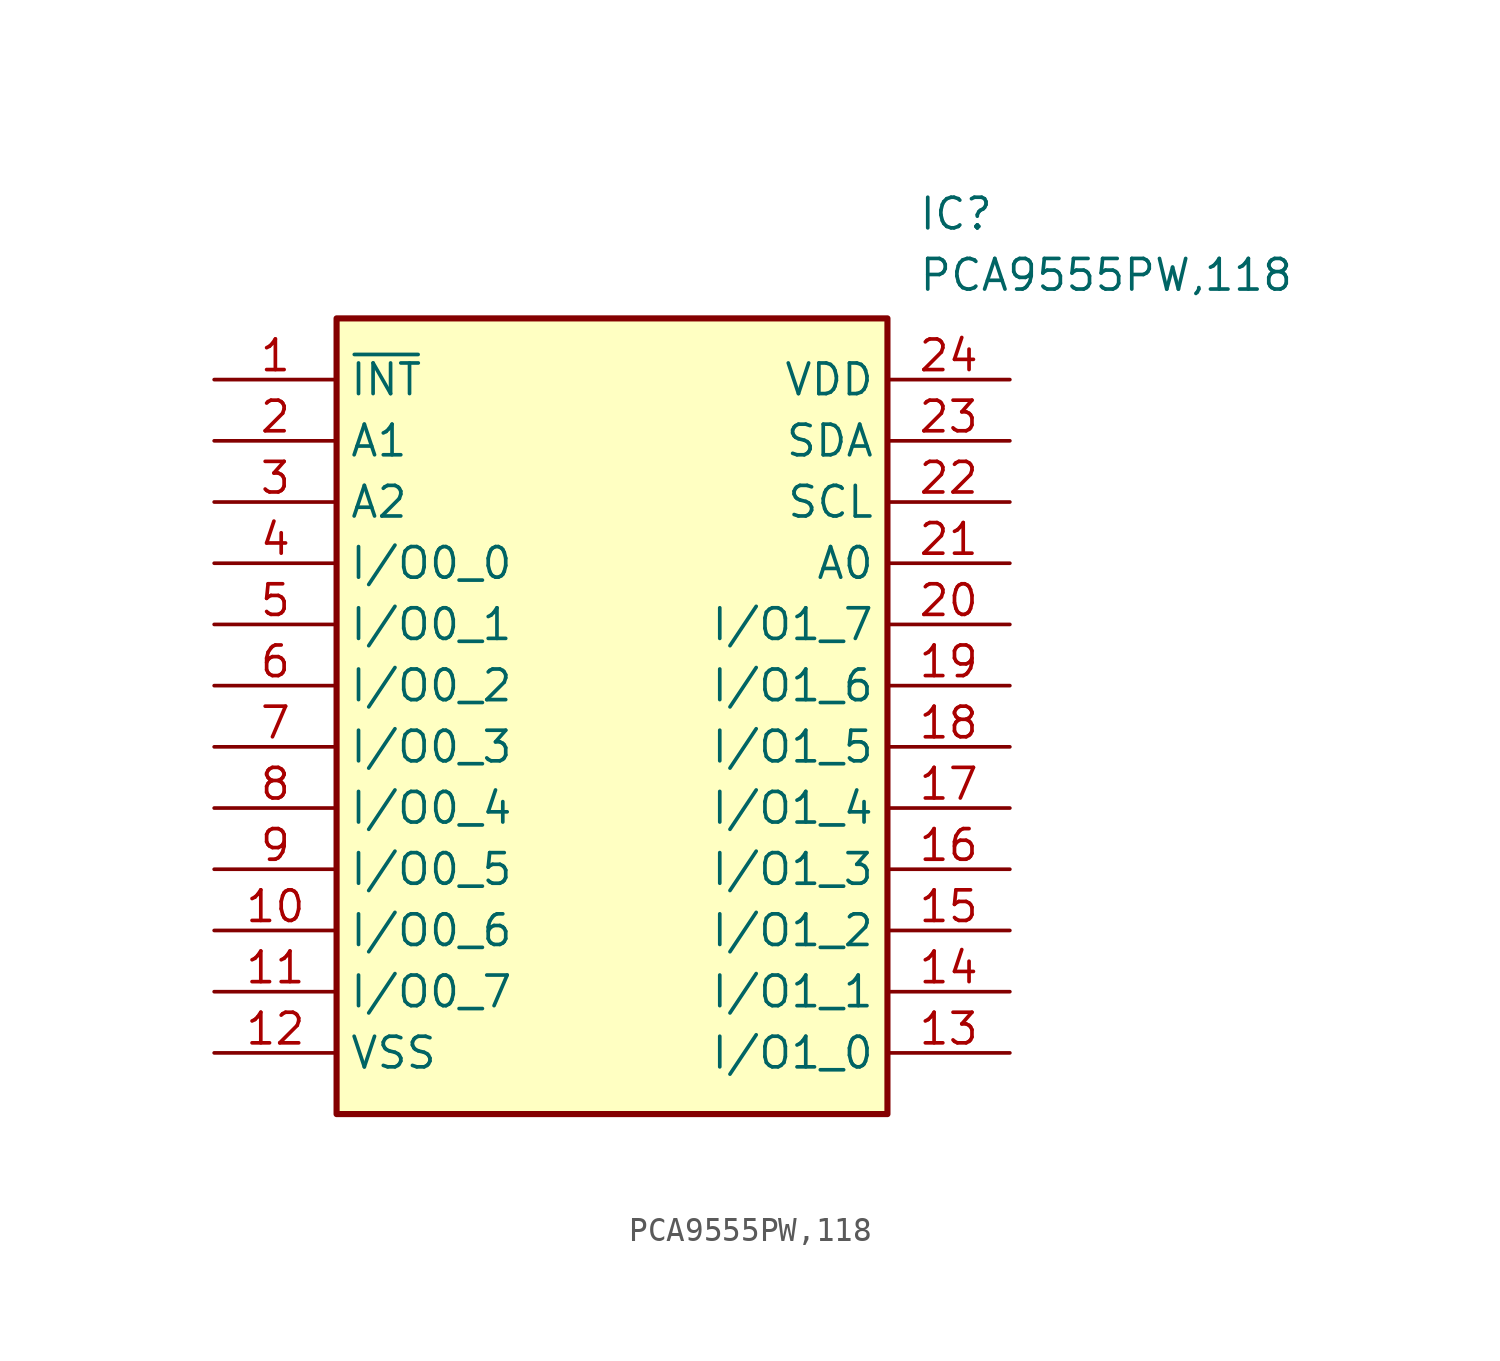
<source format=kicad_sym>
(kicad_symbol_lib
  (version 20211014)
  (generator SamacSys_ECAD_Model)
  (symbol "PCA9555PW,118"
    (property "Reference" "IC"
      (at 29.21 7.62 0)
      (effects (font (size 1.27 1.27)) (justify left top)))
    (property "Value" "PCA9555PW,118"
      (at 29.21 5.08 0)
      (effects (font (size 1.27 1.27)) (justify left top)))
    (rectangle
      (start 5.08 2.54)
      (end 27.94 -30.48)
      (stroke (width 0.254) (type default))
      (fill (type background)))
    (pin passive line
      (at 0 0 0)
      (length 5.08)
      (name "~{INT}" (effects (font (size 1.27 1.27))))
      (number "1" (effects (font (size 1.27 1.27)))))
    (pin passive line
      (at 0 -2.54 0)
      (length 5.08)
      (name "A1" (effects (font (size 1.27 1.27))))
      (number "2" (effects (font (size 1.27 1.27)))))
    (pin passive line
      (at 0 -5.08 0)
      (length 5.08)
      (name "A2" (effects (font (size 1.27 1.27))))
      (number "3" (effects (font (size 1.27 1.27)))))
    (pin passive line
      (at 0 -7.62 0)
      (length 5.08)
      (name "I/O0_0" (effects (font (size 1.27 1.27))))
      (number "4" (effects (font (size 1.27 1.27)))))
    (pin passive line
      (at 0 -10.16 0)
      (length 5.08)
      (name "I/O0_1" (effects (font (size 1.27 1.27))))
      (number "5" (effects (font (size 1.27 1.27)))))
    (pin passive line
      (at 0 -12.7 0)
      (length 5.08)
      (name "I/O0_2" (effects (font (size 1.27 1.27))))
      (number "6" (effects (font (size 1.27 1.27)))))
    (pin passive line
      (at 0 -15.24 0)
      (length 5.08)
      (name "I/O0_3" (effects (font (size 1.27 1.27))))
      (number "7" (effects (font (size 1.27 1.27)))))
    (pin passive line
      (at 0 -17.78 0)
      (length 5.08)
      (name "I/O0_4" (effects (font (size 1.27 1.27))))
      (number "8" (effects (font (size 1.27 1.27)))))
    (pin passive line
      (at 0 -20.32 0)
      (length 5.08)
      (name "I/O0_5" (effects (font (size 1.27 1.27))))
      (number "9" (effects (font (size 1.27 1.27)))))
    (pin passive line
      (at 0 -22.86 0)
      (length 5.08)
      (name "I/O0_6" (effects (font (size 1.27 1.27))))
      (number "10" (effects (font (size 1.27 1.27)))))
    (pin passive line
      (at 0 -25.4 0)
      (length 5.08)
      (name "I/O0_7" (effects (font (size 1.27 1.27))))
      (number "11" (effects (font (size 1.27 1.27)))))
    (pin passive line
      (at 0 -27.94 0)
      (length 5.08)
      (name "VSS" (effects (font (size 1.27 1.27))))
      (number "12" (effects (font (size 1.27 1.27)))))
    (pin passive line
      (at 33.02 0 180)
      (length 5.08)
      (name "VDD" (effects (font (size 1.27 1.27))))
      (number "24" (effects (font (size 1.27 1.27)))))
    (pin passive line
      (at 33.02 -2.54 180)
      (length 5.08)
      (name "SDA" (effects (font (size 1.27 1.27))))
      (number "23" (effects (font (size 1.27 1.27)))))
    (pin passive line
      (at 33.02 -5.08 180)
      (length 5.08)
      (name "SCL" (effects (font (size 1.27 1.27))))
      (number "22" (effects (font (size 1.27 1.27)))))
    (pin passive line
      (at 33.02 -7.62 180)
      (length 5.08)
      (name "A0" (effects (font (size 1.27 1.27))))
      (number "21" (effects (font (size 1.27 1.27)))))
    (pin passive line
      (at 33.02 -10.16 180)
      (length 5.08)
      (name "I/O1_7" (effects (font (size 1.27 1.27))))
      (number "20" (effects (font (size 1.27 1.27)))))
    (pin passive line
      (at 33.02 -12.7 180)
      (length 5.08)
      (name "I/O1_6" (effects (font (size 1.27 1.27))))
      (number "19" (effects (font (size 1.27 1.27)))))
    (pin passive line
      (at 33.02 -15.24 180)
      (length 5.08)
      (name "I/O1_5" (effects (font (size 1.27 1.27))))
      (number "18" (effects (font (size 1.27 1.27)))))
    (pin passive line
      (at 33.02 -17.78 180)
      (length 5.08)
      (name "I/O1_4" (effects (font (size 1.27 1.27))))
      (number "17" (effects (font (size 1.27 1.27)))))
    (pin passive line
      (at 33.02 -20.32 180)
      (length 5.08)
      (name "I/O1_3" (effects (font (size 1.27 1.27))))
      (number "16" (effects (font (size 1.27 1.27)))))
    (pin passive line
      (at 33.02 -22.86 180)
      (length 5.08)
      (name "I/O1_2" (effects (font (size 1.27 1.27))))
      (number "15" (effects (font (size 1.27 1.27)))))
    (pin passive line
      (at 33.02 -25.4 180)
      (length 5.08)
      (name "I/O1_1" (effects (font (size 1.27 1.27))))
      (number "14" (effects (font (size 1.27 1.27)))))
    (pin passive line
      (at 33.02 -27.94 180)
      (length 5.08)
      (name "I/O1_0" (effects (font (size 1.27 1.27))))
      (number "13" (effects (font (size 1.27 1.27)))))))
</source>
